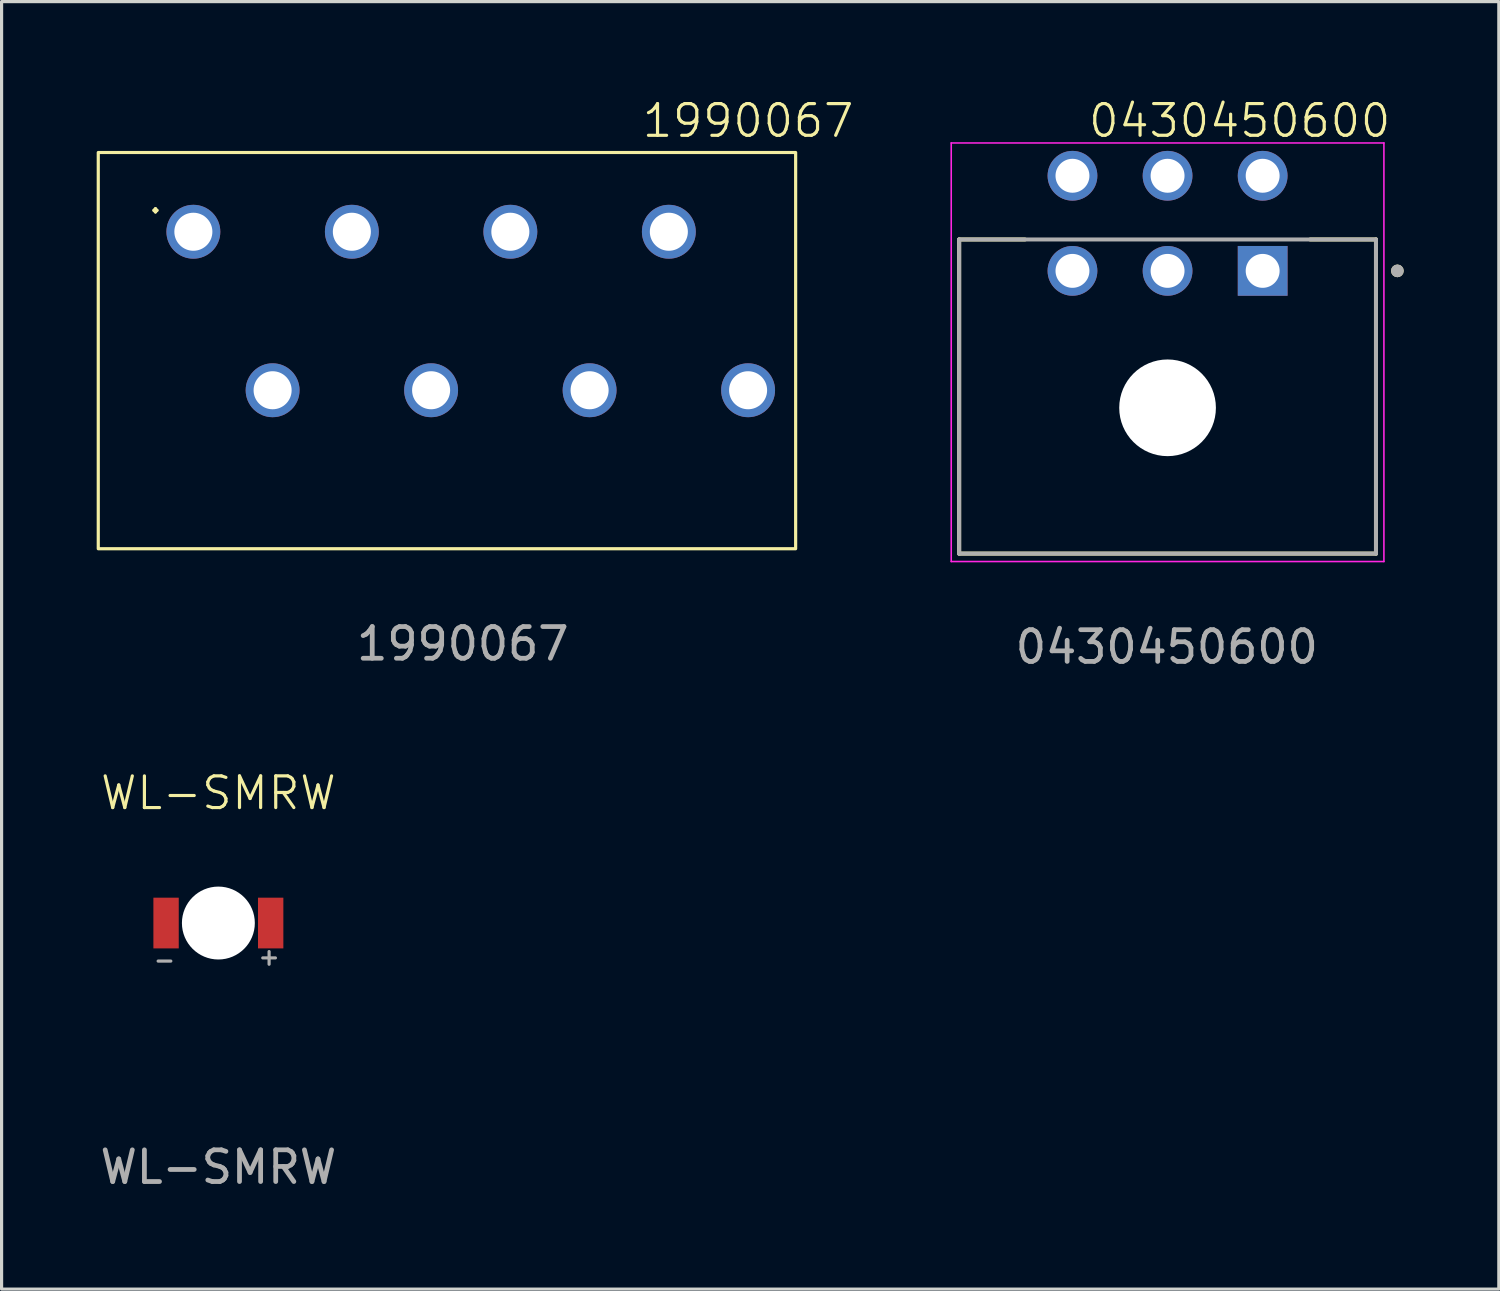
<source format=kicad_pcb>
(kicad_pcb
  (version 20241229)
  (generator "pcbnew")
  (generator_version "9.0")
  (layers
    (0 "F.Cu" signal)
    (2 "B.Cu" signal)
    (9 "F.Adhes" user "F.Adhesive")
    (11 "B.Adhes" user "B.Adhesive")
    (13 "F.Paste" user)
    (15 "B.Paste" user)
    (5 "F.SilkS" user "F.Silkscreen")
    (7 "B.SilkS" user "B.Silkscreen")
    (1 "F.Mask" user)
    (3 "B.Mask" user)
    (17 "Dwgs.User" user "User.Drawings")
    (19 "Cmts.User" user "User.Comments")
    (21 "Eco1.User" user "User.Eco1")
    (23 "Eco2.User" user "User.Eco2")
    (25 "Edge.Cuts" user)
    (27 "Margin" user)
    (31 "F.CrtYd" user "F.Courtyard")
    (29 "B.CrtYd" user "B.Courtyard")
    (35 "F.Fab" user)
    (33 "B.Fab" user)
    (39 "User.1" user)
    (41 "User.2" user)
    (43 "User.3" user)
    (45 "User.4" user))
  (footprint "1990067"
    (layer "F.Cu")
    (at 3.05 9.261)
    (property "Reference" "1990067" (at 17.5 -8.5 0) (unlocked yes) (layer "F.SilkS") (effects (font (size 1 1) (thickness 0.1))))
    (attr through_hole)
    (fp_rect (start -3 -7.5) (end 19 5) (stroke (width 0.1) (type default)) (fill no) (layer "F.SilkS"))
    (fp_text user "." (at -1.5 -5.5 0) (unlocked yes) (layer "F.SilkS") (effects (font (size 1 1) (thickness 0.1)) (justify left bottom)))
    (fp_text user "${REFERENCE}" (at 8.5 8 0) (unlocked yes) (layer "F.Fab") (effects (font (size 1 1) (thickness 0.15))))
    (pad "1" thru_hole circle (at 0 -5) (size 1.7 1.7) (drill 1.2) (layers "*.Cu" "*.Mask"))
    (pad "2" thru_hole circle (at 2.5 0) (size 1.7 1.7) (drill 1.2) (layers "*.Cu" "*.Mask"))
    (pad "3" thru_hole circle (at 5 -5) (size 1.7 1.7) (drill 1.2) (layers "*.Cu" "*.Mask"))
    (pad "4" thru_hole circle (at 7.5 0) (size 1.7 1.7) (drill 1.2) (layers "*.Cu" "*.Mask"))
    (pad "5" thru_hole circle (at 10 -5) (size 1.7 1.7) (drill 1.2) (layers "*.Cu" "*.Mask"))
    (pad "6" thru_hole circle (at 12.5 0) (size 1.7 1.7) (drill 1.2) (layers "*.Cu" "*.Mask"))
    (pad "7" thru_hole circle (at 15 -5) (size 1.7 1.7) (drill 1.2) (layers "*.Cu" "*.Mask"))
    (pad "8" thru_hole circle (at 17.5 0) (size 1.7 1.7) (drill 1.2) (layers "*.Cu" "*.Mask")))
  (footprint "0430450600"
    (layer "F.Cu")
    (at 33.758 5.46)
    (property "Reference" "0430450600" (at 2.3 -4.7 0) (unlocked yes) (layer "F.SilkS") (effects (font (size 1 1) (thickness 0.1))))
    (attr through_hole)
    (fp_line (start -6.55 -0.955) (end -6.55 8.955) (stroke (width 0.127) (type solid)) (layer "F.SilkS"))
    (fp_line (start -6.55 8.955) (end 6.6 8.955) (stroke (width 0.127) (type solid)) (layer "F.SilkS"))
    (fp_line (start -4.475 -0.955) (end -6.55 -0.955) (stroke (width 0.127) (type solid)) (layer "F.SilkS"))
    (fp_line (start 6.6 -0.955) (end 4.525 -0.955) (stroke (width 0.127) (type solid)) (layer "F.SilkS"))
    (fp_line (start 6.6 8.955) (end 6.6 -0.955) (stroke (width 0.127) (type solid)) (layer "F.SilkS"))
    (fp_circle (center 7.275 0.035) (end 7.375 0.035) (stroke (width 0.2) (type solid)) (fill no) (layer "F.SilkS"))
    (fp_line (start -6.8 -4) (end 6.85 -4) (stroke (width 0.05) (type solid)) (layer "F.CrtYd"))
    (fp_line (start -6.8 9.205) (end -6.8 -4) (stroke (width 0.05) (type solid)) (layer "F.CrtYd"))
    (fp_line (start 6.85 -4) (end 6.85 9.205) (stroke (width 0.05) (type solid)) (layer "F.CrtYd"))
    (fp_line (start 6.85 9.205) (end -6.8 9.205) (stroke (width 0.05) (type solid)) (layer "F.CrtYd"))
    (fp_line (start -6.55 -0.955) (end -6.55 8.955) (stroke (width 0.127) (type solid)) (layer "F.Fab"))
    (fp_line (start -6.55 8.955) (end 6.6 8.955) (stroke (width 0.127) (type solid)) (layer "F.Fab"))
    (fp_line (start 6.6 -0.955) (end -6.55 -0.955) (stroke (width 0.127) (type solid)) (layer "F.Fab"))
    (fp_line (start 6.6 8.955) (end 6.6 -0.955) (stroke (width 0.127) (type solid)) (layer "F.Fab"))
    (fp_circle (center 7.275 0.035) (end 7.375 0.035) (stroke (width 0.2) (type solid)) (fill no) (layer "F.Fab"))
    (fp_text user "${REFERENCE}" (at 0 11.9 0) (unlocked yes) (layer "F.Fab") (effects (font (size 1 1) (thickness 0.15))))
    (pad "" np_thru_hole circle (at 0.025 4.355) (size 3.05 3.05) (drill 3.05) (layers "*.Cu" "*.Mask"))
    (pad "1" thru_hole rect (at 3.025 0.035) (size 1.57 1.57) (drill 1.07) (layers "*.Cu" "*.Mask"))
    (pad "2" thru_hole circle (at 0.025 0.035) (size 1.57 1.57) (drill 1.07) (layers "*.Cu" "*.Mask"))
    (pad "3" thru_hole circle (at -2.975 0.035) (size 1.57 1.57) (drill 1.07) (layers "*.Cu" "*.Mask"))
    (pad "4" thru_hole circle (at 3.025 -2.965) (size 1.57 1.57) (drill 1.07) (layers "*.Cu" "*.Mask"))
    (pad "5" thru_hole circle (at 0.025 -2.965) (size 1.57 1.57) (drill 1.07) (layers "*.Cu" "*.Mask"))
    (pad "6" thru_hole circle (at -2.975 -2.965) (size 1.57 1.57) (drill 1.07) (layers "*.Cu" "*.Mask")))
  (footprint "WL-SMRW"
    (layer "F.Cu")
    (at 3.839 26.069)
    (property "Reference" "WL-SMRW" (at 0 -4.1 0) (unlocked yes) (layer "F.SilkS") (effects (font (size 1 1) (thickness 0.1))))
    (attr smd)
    (fp_line (start -1.9 1.2) (end -1.5 1.2) (stroke (width 0.1) (type default)) (layer "F.Fab"))
    (fp_line (start 1.4 1.1) (end 1.8 1.1) (stroke (width 0.1) (type default)) (layer "F.Fab"))
    (fp_line (start 1.6 0.9) (end 1.6 1.3) (stroke (width 0.1) (type default)) (layer "F.Fab"))
    (fp_text user "${REFERENCE}" (at 0 7.7 0) (unlocked yes) (layer "F.Fab") (effects (font (size 1 1) (thickness 0.15))))
    (pad "" np_thru_hole circle (at 0 0) (size 2.3 2.3) (drill 2.3) (layers "*.Cu" "*.Mask"))
    (pad "1" smd rect (at -1.65 0) (size 0.8 1.6) (layers "F.Cu" "F.Mask" "F.Paste"))
    (pad "2" smd rect (at 1.65 0) (size 0.8 1.6) (layers "F.Cu" "F.Mask" "F.Paste")))
  (gr_rect
    (start -3 -3)
    (end 44.233 37.617)
    (stroke (width 0.1) (type default))
    (fill no)
    (layer "Edge.Cuts")))
</source>
